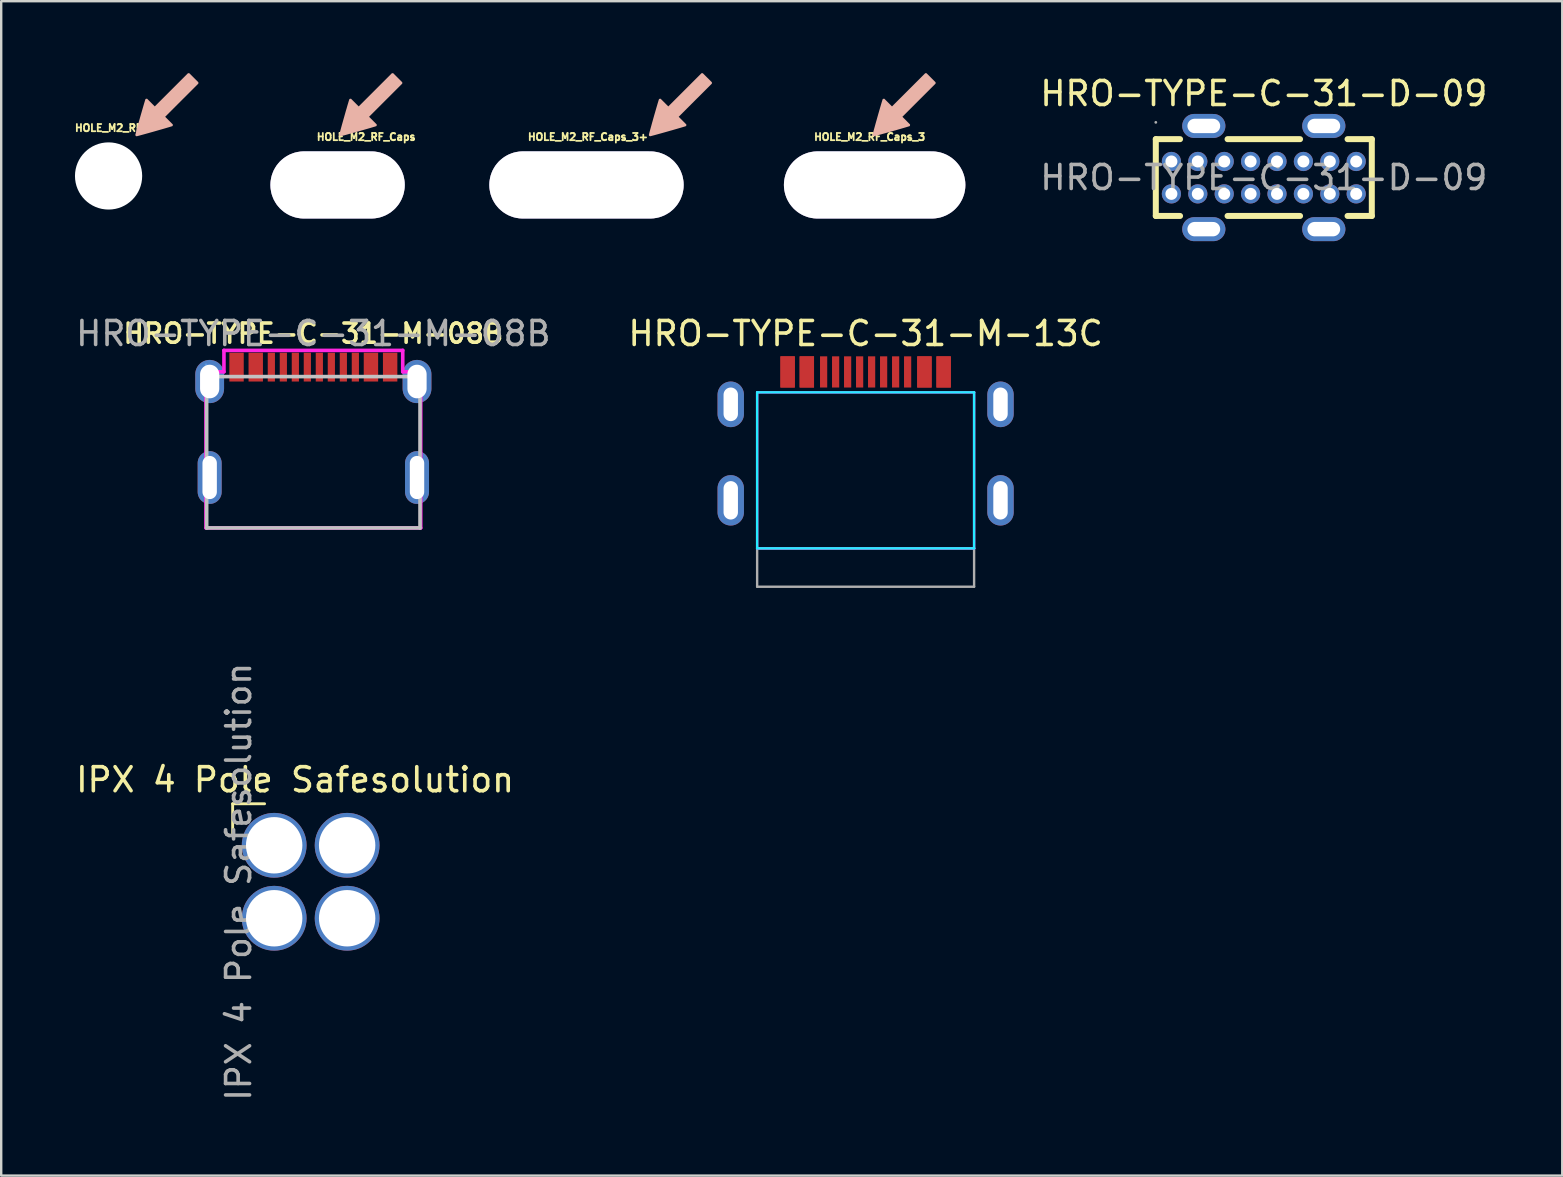
<source format=kicad_pcb>
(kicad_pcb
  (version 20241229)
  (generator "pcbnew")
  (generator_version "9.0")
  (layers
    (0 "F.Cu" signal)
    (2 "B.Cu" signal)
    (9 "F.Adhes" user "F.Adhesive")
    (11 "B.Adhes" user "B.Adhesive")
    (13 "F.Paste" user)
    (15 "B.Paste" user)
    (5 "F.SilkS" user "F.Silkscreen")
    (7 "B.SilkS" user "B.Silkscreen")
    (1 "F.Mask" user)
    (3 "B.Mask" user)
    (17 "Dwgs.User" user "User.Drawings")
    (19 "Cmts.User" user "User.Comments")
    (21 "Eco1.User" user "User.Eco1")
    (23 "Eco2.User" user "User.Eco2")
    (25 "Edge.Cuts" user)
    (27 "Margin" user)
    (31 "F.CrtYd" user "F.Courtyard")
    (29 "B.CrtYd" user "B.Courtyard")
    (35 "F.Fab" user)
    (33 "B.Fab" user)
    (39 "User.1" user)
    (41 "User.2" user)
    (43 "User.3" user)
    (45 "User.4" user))
  (footprint "HRO-TYPE-C-31-D-09"
    (layer "F.Cu")
    (at 49.609 4.348)
    (property "Reference" "HRO-TYPE-C-31-D-09" (at 0 -3.5 0) (layer "F.SilkS") (effects (font (size 1 1) (thickness 0.15))))
    (attr smd)
    (fp_line (start -4.5 -1.6) (end -4.5 1.6) (stroke (width 0.25) (type solid)) (layer "F.SilkS"))
    (fp_line (start -4.5 -1.6) (end -3.49 -1.6) (stroke (width 0.25) (type solid)) (layer "F.SilkS"))
    (fp_line (start -4.5 1.6) (end -3.49 1.6) (stroke (width 0.25) (type solid)) (layer "F.SilkS"))
    (fp_line (start -1.51 -1.6) (end 1.51 -1.6) (stroke (width 0.25) (type solid)) (layer "F.SilkS"))
    (fp_line (start -1.51 1.6) (end 1.51 1.6) (stroke (width 0.25) (type solid)) (layer "F.SilkS"))
    (fp_line (start 3.49 -1.6) (end 4.5 -1.6) (stroke (width 0.25) (type solid)) (layer "F.SilkS"))
    (fp_line (start 3.49 1.6) (end 4.5 1.6) (stroke (width 0.25) (type solid)) (layer "F.SilkS"))
    (fp_line (start 4.5 -1.6) (end 4.5 1.6) (stroke (width 0.25) (type solid)) (layer "F.SilkS"))
    (fp_circle (center -4.5 -2.3) (end -4.47 -2.3) (stroke (width 0.06) (type solid)) (fill no) (layer "F.Fab"))
    (fp_text user "${REFERENCE}" (at 0 0 0) (layer "F.Fab") (effects (font (size 1 1) (thickness 0.15))))
    (pad "17" thru_hole oval (at 2.5 -2.15) (size 1.8 1) (drill oval 1.365 0.6) (layers "*.Cu" "*.Mask"))
    (pad "18" thru_hole oval (at -2.5 -2.15) (size 1.8 1) (drill oval 1.365 0.6) (layers "*.Cu" "*.Mask"))
    (pad "19" thru_hole oval (at -2.5 2.15) (size 1.8 1) (drill oval 1.365 0.6) (layers "*.Cu" "*.Mask"))
    (pad "20" thru_hole oval (at 2.5 2.15) (size 1.8 1) (drill oval 1.365 0.6) (layers "*.Cu" "*.Mask"))
    (pad "A1" thru_hole circle (at -3.85 -0.67) (size 0.8 0.8) (drill 0.5) (layers "*.Cu" "*.Mask"))
    (pad "A4" thru_hole circle (at -2.75 -0.67) (size 0.8 0.8) (drill 0.5) (layers "*.Cu" "*.Mask"))
    (pad "A5" thru_hole circle (at -1.65 -0.67) (size 0.8 0.8) (drill 0.5) (layers "*.Cu" "*.Mask"))
    (pad "A6" thru_hole circle (at -0.55 -0.67) (size 0.8 0.8) (drill 0.5) (layers "*.Cu" "*.Mask"))
    (pad "A7" thru_hole circle (at 0.55 -0.67) (size 0.8 0.8) (drill 0.5) (layers "*.Cu" "*.Mask"))
    (pad "A8" thru_hole circle (at 1.65 -0.67) (size 0.8 0.8) (drill 0.5) (layers "*.Cu" "*.Mask"))
    (pad "A9" thru_hole circle (at 2.75 -0.67) (size 0.8 0.8) (drill 0.5) (layers "*.Cu" "*.Mask"))
    (pad "A12" thru_hole circle (at 3.85 -0.67) (size 0.8 0.8) (drill 0.5) (layers "*.Cu" "*.Mask"))
    (pad "B1" thru_hole circle (at 3.85 0.68) (size 0.8 0.8) (drill 0.5) (layers "*.Cu" "*.Mask"))
    (pad "B4" thru_hole circle (at 2.75 0.68) (size 0.8 0.8) (drill 0.5) (layers "*.Cu" "*.Mask"))
    (pad "B5" thru_hole circle (at 1.65 0.68) (size 0.8 0.8) (drill 0.5) (layers "*.Cu" "*.Mask"))
    (pad "B6" thru_hole circle (at 0.55 0.68) (size 0.8 0.8) (drill 0.5) (layers "*.Cu" "*.Mask"))
    (pad "B7" thru_hole circle (at -0.55 0.68) (size 0.8 0.8) (drill 0.5) (layers "*.Cu" "*.Mask"))
    (pad "B8" thru_hole circle (at -1.65 0.68) (size 0.8 0.8) (drill 0.5) (layers "*.Cu" "*.Mask"))
    (pad "B9" thru_hole circle (at -2.75 0.68) (size 0.8 0.8) (drill 0.5) (layers "*.Cu" "*.Mask"))
    (pad "B12" thru_hole circle (at -3.85 0.68) (size 0.8 0.8) (drill 0.5) (layers "*.Cu" "*.Mask")))
  (footprint "HRO-TYPE-C-31-M-08B"
    (layer "F.Cu")
    (at 10.006 18.947)
    (property "Reference" "HRO-TYPE-C-31-M-08B" (at 0 -8.1 0) (layer "F.SilkS") (effects (font (size 0.8 0.8) (thickness 0.15))))
    (attr smd)
    (fp_poly (pts (xy -3.5 -7.3) (xy -2.9 -7.3) (xy -2.9 -6.1) (xy -3.5 -6.1)) (stroke (width 0) (type solid)) (fill yes) (layer "F.Paste"))
    (fp_poly (pts (xy -2.7 -7.3) (xy -2.1 -7.3) (xy -2.1 -6.1) (xy -2.7 -6.1)) (stroke (width 0) (type solid)) (fill yes) (layer "F.Paste"))
    (fp_poly (pts (xy -1.9 -7.3) (xy -1.6 -7.3) (xy -1.6 -6.1) (xy -1.9 -6.1)) (stroke (width 0) (type solid)) (fill yes) (layer "F.Paste"))
    (fp_poly (pts (xy -1.4 -7.3) (xy -1.1 -7.3) (xy -1.1 -6.1) (xy -1.4 -6.1)) (stroke (width 0) (type solid)) (fill yes) (layer "F.Paste"))
    (fp_poly (pts (xy -0.9 -7.3) (xy -0.6 -7.3) (xy -0.6 -6.1) (xy -0.9 -6.1)) (stroke (width 0) (type solid)) (fill yes) (layer "F.Paste"))
    (fp_poly (pts (xy -0.4 -7.3) (xy -0.1 -7.3) (xy -0.1 -6.1) (xy -0.4 -6.1)) (stroke (width 0) (type solid)) (fill yes) (layer "F.Paste"))
    (fp_poly (pts (xy 0.1 -7.3) (xy 0.4 -7.3) (xy 0.4 -6.1) (xy 0.1 -6.1)) (stroke (width 0) (type solid)) (fill yes) (layer "F.Paste"))
    (fp_poly (pts (xy 0.6 -7.3) (xy 0.9 -7.3) (xy 0.9 -6.1) (xy 0.6 -6.1)) (stroke (width 0) (type solid)) (fill yes) (layer "F.Paste"))
    (fp_poly (pts (xy 1.1 -7.3) (xy 1.4 -7.3) (xy 1.4 -6.1) (xy 1.1 -6.1)) (stroke (width 0) (type solid)) (fill yes) (layer "F.Paste"))
    (fp_poly (pts (xy 1.6 -7.3) (xy 1.9 -7.3) (xy 1.9 -6.1) (xy 1.6 -6.1)) (stroke (width 0) (type solid)) (fill yes) (layer "F.Paste"))
    (fp_poly (pts (xy 2.7 -6.1) (xy 2.1 -6.1) (xy 2.1 -7.3) (xy 2.7 -7.3)) (stroke (width 0) (type solid)) (fill yes) (layer "F.Paste"))
    (fp_poly (pts (xy 2.9 -7.3) (xy 3.5 -7.3) (xy 3.5 -6.1) (xy 2.9 -6.1)) (stroke (width 0) (type solid)) (fill yes) (layer "F.Paste"))
    (fp_line (start -4.445 -6.305) (end 4.445 -6.305) (stroke (width 0.15) (type solid)) (layer "Dwgs.User"))
    (fp_line (start -4.445 0) (end -4.445 -6.305) (stroke (width 0.15) (type solid)) (layer "Dwgs.User"))
    (fp_line (start -4.445 0) (end 4.445 0) (stroke (width 0.15) (type solid)) (layer "Dwgs.User"))
    (fp_line (start 4.445 0) (end 4.445 -6.305) (stroke (width 0.15) (type solid)) (layer "Dwgs.User"))
    (fp_circle (center -4.47 -6.8) (end -4.44 -6.8) (stroke (width 0.06) (type solid)) (fill no) (layer "Cmts.User"))
    (fp_line (start -4.475 -6.505) (end -3.725 -6.505) (stroke (width 0.15) (type solid)) (layer "F.CrtYd"))
    (fp_line (start -4.475 0) (end -4.475 -6.505) (stroke (width 0.15) (type solid)) (layer "F.CrtYd"))
    (fp_line (start -3.725 -7.398) (end 3.725 -7.398) (stroke (width 0.15) (type solid)) (layer "F.CrtYd"))
    (fp_line (start -3.725 -6.505) (end -3.725 -7.398) (stroke (width 0.15) (type solid)) (layer "F.CrtYd"))
    (fp_line (start 3.725 -7.398) (end 3.725 -6.505) (stroke (width 0.15) (type solid)) (layer "F.CrtYd"))
    (fp_line (start 4.475 -6.505) (end 3.725 -6.505) (stroke (width 0.15) (type solid)) (layer "F.CrtYd"))
    (fp_line (start 4.475 -6.505) (end 4.475 0) (stroke (width 0.15) (type solid)) (layer "F.CrtYd"))
    (fp_line (start 4.475 0) (end -4.475 0) (stroke (width 0.15) (type solid)) (layer "F.CrtYd"))
    (fp_text user "${REFERENCE}" (at 0 -8.1 0) (layer "F.Fab") (effects (font (size 1 1) (thickness 0.15))))
    (pad "1" smd rect (at -3.2 -6.7) (size 0.6 1.2) (layers "F.Cu" "F.Mask" "F.Paste"))
    (pad "2" smd rect (at -2.4 -6.7) (size 0.6 1.2) (layers "F.Cu" "F.Mask" "F.Paste"))
    (pad "3" smd rect (at -1.75 -6.7) (size 0.3 1.2) (layers "F.Cu" "F.Mask" "F.Paste"))
    (pad "4" smd rect (at -1.25 -6.7) (size 0.3 1.2) (layers "F.Cu" "F.Mask" "F.Paste"))
    (pad "5" smd rect (at -0.75 -6.7) (size 0.3 1.2) (layers "F.Cu" "F.Mask" "F.Paste"))
    (pad "6" smd rect (at -0.25 -6.7) (size 0.3 1.2) (layers "F.Cu" "F.Mask" "F.Paste"))
    (pad "7" smd rect (at 0.25 -6.7) (size 0.3 1.2) (layers "F.Cu" "F.Mask" "F.Paste"))
    (pad "8" smd rect (at 0.75 -6.7) (size 0.3 1.2) (layers "F.Cu" "F.Mask" "F.Paste"))
    (pad "9" smd rect (at 1.25 -6.7) (size 0.3 1.2) (layers "F.Cu" "F.Mask" "F.Paste"))
    (pad "10" smd rect (at 1.75 -6.7) (size 0.3 1.2) (layers "F.Cu" "F.Mask" "F.Paste"))
    (pad "11" smd rect (at 2.4 -6.7 180) (size 0.6 1.2) (layers "F.Cu" "F.Mask" "F.Paste"))
    (pad "12" smd rect (at 3.2 -6.7) (size 0.6 1.2) (layers "F.Cu" "F.Mask" "F.Paste"))
    (pad "13" thru_hole oval (at -4.32 -6.1) (size 1.2 1.8) (drill oval 0.8 1.4) (layers "*.Cu" "*.Paste" "*.Mask"))
    (pad "13" thru_hole oval (at -4.32 -2.1) (size 1 2.2) (drill oval 0.6 1.8) (layers "*.Cu" "*.Paste" "*.Mask"))
    (pad "13" thru_hole oval (at 4.32 -6.1) (size 1.2 1.8) (drill oval 0.8 1.4) (layers "*.Cu" "*.Paste" "*.Mask"))
    (pad "13" thru_hole oval (at 4.32 -2.1) (size 1 2.2) (drill oval 0.6 1.8) (layers "*.Cu" "*.Paste" "*.Mask")))
  (footprint "IPX 4 Pole Safesolution"
    (layer "F.Cu")
    (at 9.894 33.691)
    (property "Reference" "IPX 4 Pole Safesolution" (at -0.65 -4.25 0) (layer "F.SilkS") (effects (font (size 1 1) (thickness 0.15))))
    (attr through_hole)
    (fp_line (start -3.25 -3.25) (end -1.92 -3.25) (stroke (width 0.12) (type solid)) (layer "F.SilkS"))
    (fp_line (start -3.25 -1.92) (end -3.25 -3.25) (stroke (width 0.12) (type solid)) (layer "F.SilkS"))
    (fp_text user "${REFERENCE}" (at -3 0 90) (layer "F.Fab") (effects (font (size 1 1) (thickness 0.15))))
    (pad "1" thru_hole oval (at -1.52 -1.52) (size 2.7 2.7) (drill 2.35) (layers "*.Cu" "*.Mask"))
    (pad "2" thru_hole oval (at -1.52 1.52) (size 2.7 2.7) (drill 2.35) (layers "*.Cu" "*.Mask"))
    (pad "3" thru_hole oval (at 1.52 1.52) (size 2.7 2.7) (drill 2.35) (layers "*.Cu" "*.Mask"))
    (pad "4" thru_hole oval (at 1.52 -1.52) (size 2.7 2.7) (drill 2.35) (layers "*.Cu" "*.Mask")))
  (footprint "HOLE_M2_RF_Caps_3"
    (layer "F.Cu")
    (at 33.394 4.656)
    (property "Reference" "HOLE_M2_RF_Caps_3" (at -0.209 -2 0) (layer "F.SilkS") (effects (font (size 0.3 0.3) (thickness 0.075))))
    (attr through_hole)
    (fp_poly (pts (xy -0.059 -2.036) (xy -0.036 -2.028) (xy -0.024 -2.03) (xy 0 -2.036) (xy 0.037 -2.045) (xy 0.084 -2.058) (xy 0.141 -2.073) (xy 0.207 -2.091) (xy 0.28 -2.111) (xy 0.359 -2.133) (xy 0.443 -2.156) (xy 0.531 -2.181) (xy 0.621 -2.206) (xy 0.712 -2.232) (xy 0.803 -2.258) (xy 0.894 -2.283) (xy 0.981 -2.309) (xy 1.065 -2.333) (xy 1.144 -2.356) (xy 1.217 -2.377) (xy 1.283 -2.397) (xy 1.341 -2.414) (xy 1.388 -2.428) (xy 1.425 -2.44) (xy 1.45 -2.448) (xy 1.461 -2.453) (xy 1.461 -2.453) (xy 1.471 -2.47) (xy 1.475 -2.493) (xy 1.475 -2.494) (xy 1.475 -2.52) (xy 1.156 -2.84) (xy 2.54 -4.224) (xy 2.54 -4.277) (xy 2.161 -4.656) (xy 2.108 -4.656) (xy 0.723 -3.272) (xy 0.404 -3.591) (xy 0.378 -3.591) (xy 0.355 -3.587) (xy 0.337 -3.577) (xy 0.337 -3.577) (xy 0.333 -3.568) (xy 0.325 -3.545) (xy 0.314 -3.51) (xy 0.3 -3.464) (xy 0.283 -3.408) (xy 0.264 -3.343) (xy 0.243 -3.271) (xy 0.22 -3.193) (xy 0.196 -3.11) (xy 0.171 -3.022) (xy 0.145 -2.933) (xy 0.119 -2.841) (xy 0.094 -2.75) (xy 0.068 -2.66) (xy 0.043 -2.572) (xy 0.02 -2.487) (xy -0.002 -2.407) (xy -0.023 -2.333) (xy -0.041 -2.266) (xy -0.056 -2.208) (xy -0.069 -2.159) (xy -0.079 -2.121) (xy -0.085 -2.094) (xy -0.088 -2.081) (xy -0.088 -2.08) (xy -0.079 -2.055)) (stroke (width 0) (type solid)) (fill yes) (layer "B.SilkS"))
    (pad "" np_thru_hole roundrect (at 0 0) (size 7.562 2.8) (drill oval 7.562 2.8) (layers "*.Cu" "*.Mask") (roundrect_rratio 0.5)))
  (footprint "HOLE_M2_RF"
    (layer "F.Cu")
    (at 1.474 4.282)
    (property "Reference" "HOLE_M2_RF" (at 0 -2 0) (layer "F.SilkS") (effects (font (size 0.3 0.3) (thickness 0.075))))
    (attr through_hole)
    (fp_poly (pts (xy 1.143 -1.663) (xy 1.166 -1.655) (xy 1.177 -1.656) (xy 1.202 -1.662) (xy 1.238 -1.671) (xy 1.286 -1.684) (xy 1.343 -1.699) (xy 1.409 -1.717) (xy 1.482 -1.737) (xy 1.561 -1.759) (xy 1.645 -1.782) (xy 1.733 -1.807) (xy 1.823 -1.832) (xy 1.914 -1.858) (xy 2.005 -1.884) (xy 2.095 -1.91) (xy 2.183 -1.935) (xy 2.267 -1.959) (xy 2.346 -1.982) (xy 2.419 -2.004) (xy 2.485 -2.023) (xy 2.542 -2.04) (xy 2.59 -2.055) (xy 2.627 -2.066) (xy 2.651 -2.074) (xy 2.663 -2.079) (xy 2.663 -2.079) (xy 2.673 -2.097) (xy 2.677 -2.119) (xy 2.677 -2.12) (xy 2.677 -2.146) (xy 2.358 -2.466) (xy 3.742 -3.85) (xy 3.742 -3.903) (xy 3.363 -4.282) (xy 3.309 -4.282) (xy 1.925 -2.898) (xy 1.606 -3.218) (xy 1.579 -3.218) (xy 1.557 -3.214) (xy 1.539 -3.204) (xy 1.539 -3.203) (xy 1.535 -3.194) (xy 1.527 -3.172) (xy 1.516 -3.137) (xy 1.502 -3.09) (xy 1.485 -3.034) (xy 1.466 -2.97) (xy 1.445 -2.898) (xy 1.422 -2.819) (xy 1.398 -2.736) (xy 1.373 -2.649) (xy 1.347 -2.559) (xy 1.321 -2.468) (xy 1.295 -2.376) (xy 1.27 -2.286) (xy 1.245 -2.198) (xy 1.222 -2.113) (xy 1.2 -2.033) (xy 1.179 -1.96) (xy 1.161 -1.893) (xy 1.145 -1.834) (xy 1.133 -1.785) (xy 1.123 -1.747) (xy 1.117 -1.721) (xy 1.114 -1.708) (xy 1.114 -1.707) (xy 1.123 -1.682)) (stroke (width 0) (type solid)) (fill yes) (layer "B.SilkS"))
    (pad "" np_thru_hole circle (at 0 0) (size 2.8 2.8) (drill 2.8) (layers "*.Cu" "*.Mask")))
  (footprint "HRO-TYPE-C-31-M-13C"
    (layer "F.Cu")
    (at 33.018 17.797)
    (property "Reference" "HRO-TYPE-C-31-M-13C" (at 0 -6.95 0) (layer "F.SilkS") (effects (font (size 1 1) (thickness 0.15))))
    (attr smd)
    (fp_line (start -4.52 -4.5) (end -4.52 2) (stroke (width 0.1) (type solid)) (layer "B.CrtYd"))
    (fp_line (start 4.52 -4.5) (end -4.52 -4.5) (stroke (width 0.1) (type default)) (layer "B.CrtYd"))
    (fp_line (start 4.52 -4.5) (end 4.52 2) (stroke (width 0.1) (type solid)) (layer "B.CrtYd"))
    (fp_line (start 4.52 2) (end -4.52 2) (stroke (width 0.1) (type default)) (layer "B.CrtYd"))
    (fp_line (start -4.52 -4.5) (end -4.52 2) (stroke (width 0.1) (type solid)) (layer "F.CrtYd"))
    (fp_line (start 4.52 -4.5) (end -4.52 -4.5) (stroke (width 0.1) (type default)) (layer "F.CrtYd"))
    (fp_line (start 4.52 -4.5) (end 4.52 2) (stroke (width 0.1) (type solid)) (layer "F.CrtYd"))
    (fp_line (start 4.52 2) (end -4.52 2) (stroke (width 0.1) (type default)) (layer "F.CrtYd"))
    (fp_line (start -4.52 2) (end -4.52 3.6) (stroke (width 0.1) (type default)) (layer "F.Fab"))
    (fp_line (start -4.52 2) (end 4.52 2) (stroke (width 0.1) (type default)) (layer "F.Fab"))
    (fp_line (start 4.52 2) (end 4.52 3.6) (stroke (width 0.1) (type default)) (layer "F.Fab"))
    (fp_line (start 4.52 3.6) (end -4.52 3.6) (stroke (width 0.1) (type default)) (layer "F.Fab"))
    (pad "A1" smd rect (at -3.25 -5.35) (size 0.6 1.3) (layers "F.Cu" "F.Mask" "F.Paste"))
    (pad "A4" smd rect (at -2.45 -5.35) (size 0.6 1.3) (layers "F.Cu" "F.Mask" "F.Paste"))
    (pad "A5" smd rect (at -1.25 -5.35) (size 0.3 1.3) (layers "F.Cu" "F.Mask" "F.Paste"))
    (pad "A6" smd rect (at -0.25 -5.35) (size 0.3 1.3) (layers "F.Cu" "F.Mask" "F.Paste"))
    (pad "A7" smd rect (at 0.25 -5.35) (size 0.3 1.3) (layers "F.Cu" "F.Mask" "F.Paste"))
    (pad "A8" smd rect (at 1.25 -5.35) (size 0.3 1.3) (layers "F.Cu" "F.Mask" "F.Paste"))
    (pad "A9" smd rect (at 2.45 -5.35) (size 0.6 1.3) (layers "F.Cu" "F.Mask" "F.Paste"))
    (pad "A12" smd rect (at 3.25 -5.35) (size 0.6 1.3) (layers "F.Cu" "F.Mask" "F.Paste"))
    (pad "B1" smd rect (at 3.25 -5.35) (size 0.6 1.3) (layers "F.Cu" "F.Mask" "F.Paste"))
    (pad "B4" smd rect (at 2.45 -5.35) (size 0.6 1.3) (layers "F.Cu" "F.Mask" "F.Paste"))
    (pad "B5" smd rect (at 1.75 -5.35) (size 0.3 1.3) (layers "F.Cu" "F.Mask" "F.Paste"))
    (pad "B6" smd rect (at 0.75 -5.35) (size 0.3 1.3) (layers "F.Cu" "F.Mask" "F.Paste"))
    (pad "B7" smd rect (at -0.75 -5.35) (size 0.3 1.3) (layers "F.Cu" "F.Mask" "F.Paste"))
    (pad "B8" smd rect (at -1.75 -5.35) (size 0.3 1.3) (layers "F.Cu" "F.Mask" "F.Paste"))
    (pad "B9" smd rect (at -2.45 -5.35) (size 0.6 1.3) (layers "F.Cu" "F.Mask" "F.Paste"))
    (pad "B12" smd rect (at -3.25 -5.35) (size 0.6 1.3) (layers "F.Cu" "F.Mask" "F.Paste"))
    (pad "S1" thru_hole oval (at -5.62 -4) (size 1.1 1.9) (drill oval 0.6 1.4) (layers "*.Cu" "*.Mask"))
    (pad "S1" thru_hole oval (at -5.62 0) (size 1.1 2.1) (drill oval 0.6 1.6) (layers "*.Cu" "*.Mask"))
    (pad "S1" thru_hole oval (at 5.62 -4) (size 1.1 1.9) (drill oval 0.6 1.4) (layers "*.Cu" "*.Mask"))
    (pad "S1" thru_hole oval (at 5.62 0) (size 1.1 2.1) (drill oval 0.6 1.6) (layers "*.Cu" "*.Mask")))
  (footprint "HOLE_M2_RF_Caps_3+"
    (layer "F.Cu")
    (at 21.656 4.656)
    (property "Reference" "HOLE_M2_RF_Caps_3+" (at -0.209 -2 0) (layer "F.SilkS") (effects (font (size 0.3 0.3) (thickness 0.075))))
    (attr through_hole)
    (fp_poly (pts (xy 2.357 -2.036) (xy 2.381 -2.028) (xy 2.392 -2.03) (xy 2.417 -2.036) (xy 2.453 -2.045) (xy 2.501 -2.058) (xy 2.558 -2.073) (xy 2.624 -2.091) (xy 2.697 -2.111) (xy 2.776 -2.133) (xy 2.86 -2.156) (xy 2.948 -2.181) (xy 3.038 -2.206) (xy 3.129 -2.232) (xy 3.22 -2.258) (xy 3.31 -2.283) (xy 3.398 -2.309) (xy 3.482 -2.333) (xy 3.561 -2.356) (xy 3.634 -2.377) (xy 3.7 -2.397) (xy 3.757 -2.414) (xy 3.805 -2.428) (xy 3.842 -2.44) (xy 3.866 -2.448) (xy 3.878 -2.453) (xy 3.878 -2.453) (xy 3.888 -2.47) (xy 3.892 -2.493) (xy 3.892 -2.494) (xy 3.892 -2.52) (xy 3.573 -2.84) (xy 4.957 -4.224) (xy 4.957 -4.277) (xy 4.577 -4.656) (xy 4.524 -4.656) (xy 3.14 -3.272) (xy 2.821 -3.591) (xy 2.794 -3.591) (xy 2.772 -3.587) (xy 2.754 -3.577) (xy 2.754 -3.577) (xy 2.75 -3.568) (xy 2.742 -3.545) (xy 2.731 -3.51) (xy 2.717 -3.464) (xy 2.7 -3.408) (xy 2.681 -3.343) (xy 2.66 -3.271) (xy 2.637 -3.193) (xy 2.613 -3.11) (xy 2.588 -3.022) (xy 2.562 -2.933) (xy 2.536 -2.841) (xy 2.51 -2.75) (xy 2.485 -2.66) (xy 2.46 -2.572) (xy 2.437 -2.487) (xy 2.415 -2.407) (xy 2.394 -2.333) (xy 2.376 -2.266) (xy 2.36 -2.208) (xy 2.347 -2.159) (xy 2.338 -2.121) (xy 2.332 -2.094) (xy 2.329 -2.081) (xy 2.329 -2.08) (xy 2.338 -2.055)) (stroke (width 0) (type solid)) (fill yes) (layer "B.SilkS"))
    (pad "" np_thru_hole roundrect (at -0.269 0) (size 8.1 2.8) (drill oval 8.1 2.8) (layers "*.Cu" "*.Mask") (roundrect_rratio 0.5)))
  (footprint "HOLE_M2_RF_Caps"
    (layer "F.Cu")
    (at 12.416 4.656)
    (property "Reference" "HOLE_M2_RF_Caps" (at -0.209 -2 0) (layer "F.SilkS") (effects (font (size 0.3 0.3) (thickness 0.075))))
    (attr through_hole)
    (fp_poly (pts (xy -1.303 -2.036) (xy -1.279 -2.028) (xy -1.268 -2.03) (xy -1.244 -2.036) (xy -1.207 -2.045) (xy -1.159 -2.058) (xy -1.102 -2.073) (xy -1.036 -2.091) (xy -0.963 -2.111) (xy -0.884 -2.133) (xy -0.8 -2.156) (xy -0.713 -2.181) (xy -0.623 -2.206) (xy -0.531 -2.232) (xy -0.44 -2.258) (xy -0.35 -2.283) (xy -0.262 -2.309) (xy -0.178 -2.333) (xy -0.099 -2.356) (xy -0.026 -2.377) (xy 0.04 -2.397) (xy 0.097 -2.414) (xy 0.145 -2.428) (xy 0.181 -2.44) (xy 0.206 -2.448) (xy 0.217 -2.453) (xy 0.218 -2.453) (xy 0.227 -2.47) (xy 0.232 -2.493) (xy 0.232 -2.494) (xy 0.232 -2.52) (xy -0.088 -2.84) (xy 1.296 -4.224) (xy 1.296 -4.277) (xy 0.917 -4.656) (xy 0.864 -4.656) (xy -0.52 -3.272) (xy -0.839 -3.591) (xy -0.866 -3.591) (xy -0.889 -3.587) (xy -0.906 -3.577) (xy -0.907 -3.577) (xy -0.911 -3.568) (xy -0.918 -3.545) (xy -0.93 -3.51) (xy -0.944 -3.464) (xy -0.96 -3.408) (xy -0.98 -3.343) (xy -1.001 -3.271) (xy -1.023 -3.193) (xy -1.048 -3.11) (xy -1.073 -3.022) (xy -1.098 -2.933) (xy -1.124 -2.841) (xy -1.15 -2.75) (xy -1.175 -2.66) (xy -1.2 -2.572) (xy -1.224 -2.487) (xy -1.246 -2.407) (xy -1.266 -2.333) (xy -1.284 -2.266) (xy -1.3 -2.208) (xy -1.313 -2.159) (xy -1.323 -2.121) (xy -1.329 -2.094) (xy -1.331 -2.081) (xy -1.331 -2.08) (xy -1.322 -2.055)) (stroke (width 0) (type solid)) (fill yes) (layer "B.SilkS"))
    (pad "" np_thru_hole roundrect (at -1.4 0) (size 5.6 2.8) (drill oval 5.6 2.8) (layers "*.Cu" "*.Mask") (roundrect_rratio 0.5)))
  (gr_rect
    (start -3 -3)
    (end 62.044 45.935)
    (stroke (width 0.1) (type default))
    (fill no)
    (layer "Edge.Cuts")))
</source>
